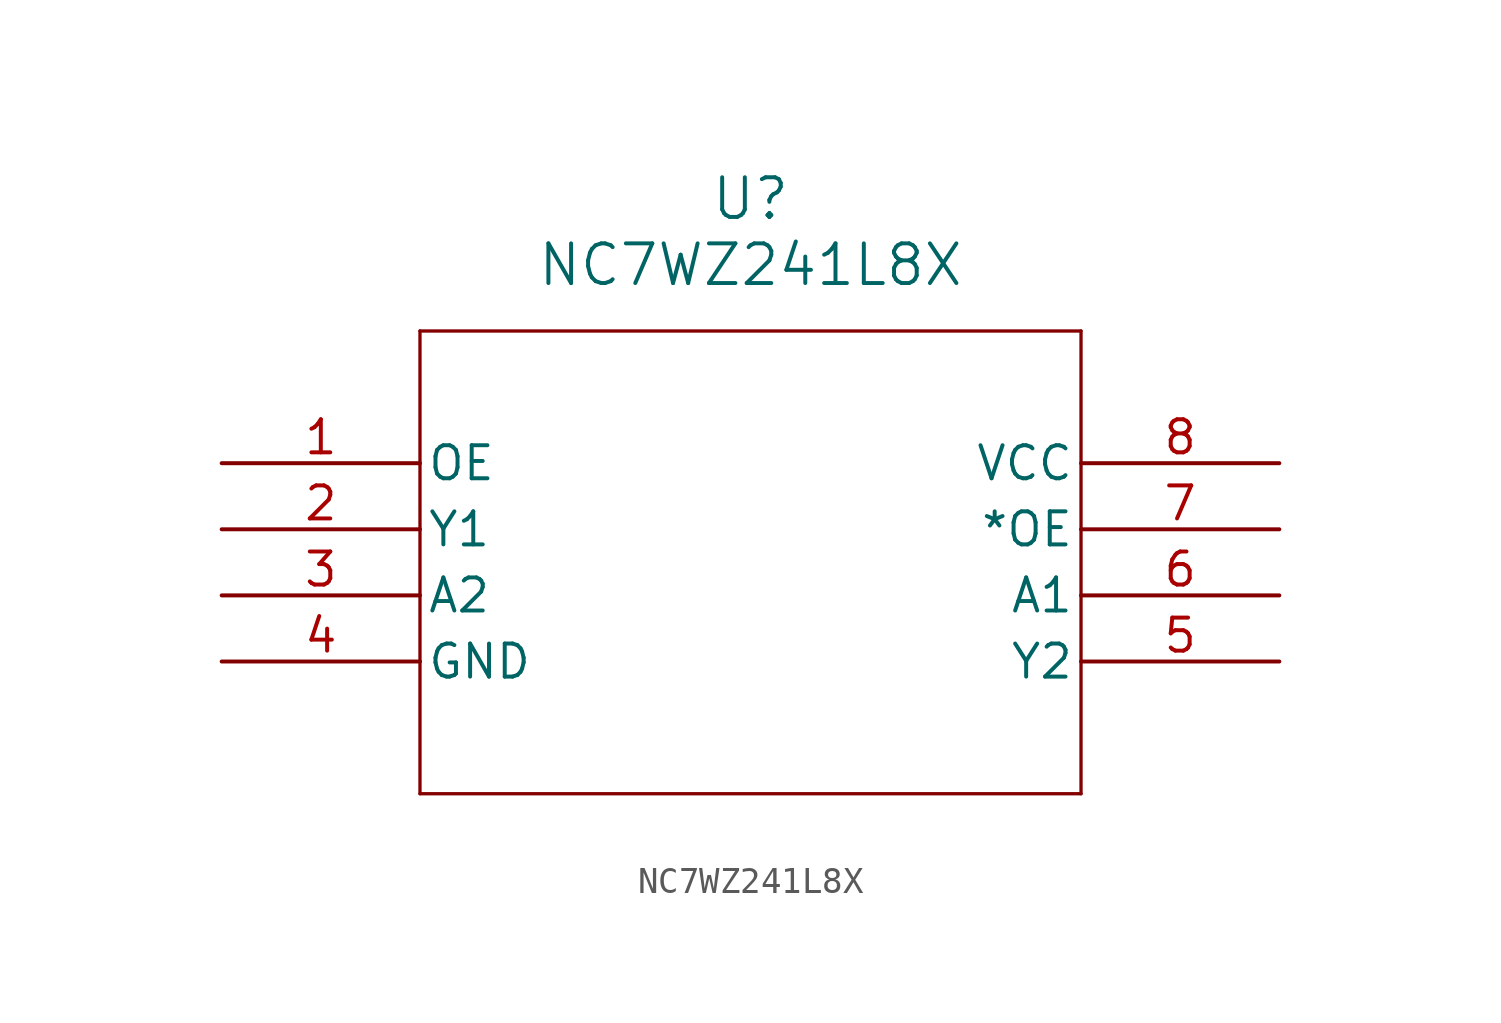
<source format=kicad_sym>
(kicad_symbol_lib
  (version 20211014)
  (generator kicad_symbol_editor)
  (symbol "NC7WZ241L8X"
    (pin_names
      (offset 0.254))
    (property "Reference" "U"
      (at 20.32 10.16 0)
      (effects (font (size 1.524 1.524))))
    (property "Value" "NC7WZ241L8X"
      (at 20.32 7.62 0)
      (effects (font (size 1.524 1.524))))
    (symbol "NC7WZ241L8X_0_1"
      (polyline (pts (xy 7.62 5.08) (xy 7.62 -12.7)) (stroke (width 0.127) (type default) (color 0 0 0 0)) (fill (type none)))
      (polyline (pts (xy 7.62 -12.7) (xy 33.02 -12.7)) (stroke (width 0.127) (type default) (color 0 0 0 0)) (fill (type none)))
      (polyline (pts (xy 33.02 -12.7) (xy 33.02 5.08)) (stroke (width 0.127) (type default) (color 0 0 0 0)) (fill (type none)))
      (polyline (pts (xy 33.02 5.08) (xy 7.62 5.08)) (stroke (width 0.127) (type default) (color 0 0 0 0)) (fill (type none)))
      (pin input line (at 0 0 0) (length 7.62) (name "OE" (effects (font (size 1.27 1.27)))) (number "1" (effects (font (size 1.27 1.27)))))
      (pin output line (at 0 -2.54 0) (length 7.62) (name "Y1" (effects (font (size 1.27 1.27)))) (number "2" (effects (font (size 1.27 1.27)))))
      (pin input line (at 0 -5.08 0) (length 7.62) (name "A2" (effects (font (size 1.27 1.27)))) (number "3" (effects (font (size 1.27 1.27)))))
      (pin power_out line (at 0 -7.62 0) (length 7.62) (name "GND" (effects (font (size 1.27 1.27)))) (number "4" (effects (font (size 1.27 1.27)))))
      (pin output line (at 40.64 -7.62 180) (length 7.62) (name "Y2" (effects (font (size 1.27 1.27)))) (number "5" (effects (font (size 1.27 1.27)))))
      (pin input line (at 40.64 -5.08 180) (length 7.62) (name "A1" (effects (font (size 1.27 1.27)))) (number "6" (effects (font (size 1.27 1.27)))))
      (pin input line (at 40.64 -2.54 180) (length 7.62) (name "*OE" (effects (font (size 1.27 1.27)))) (number "7" (effects (font (size 1.27 1.27)))))
      (pin power_in line (at 40.64 0 180) (length 7.62) (name "VCC" (effects (font (size 1.27 1.27)))) (number "8" (effects (font (size 1.27 1.27))))))))
</source>
